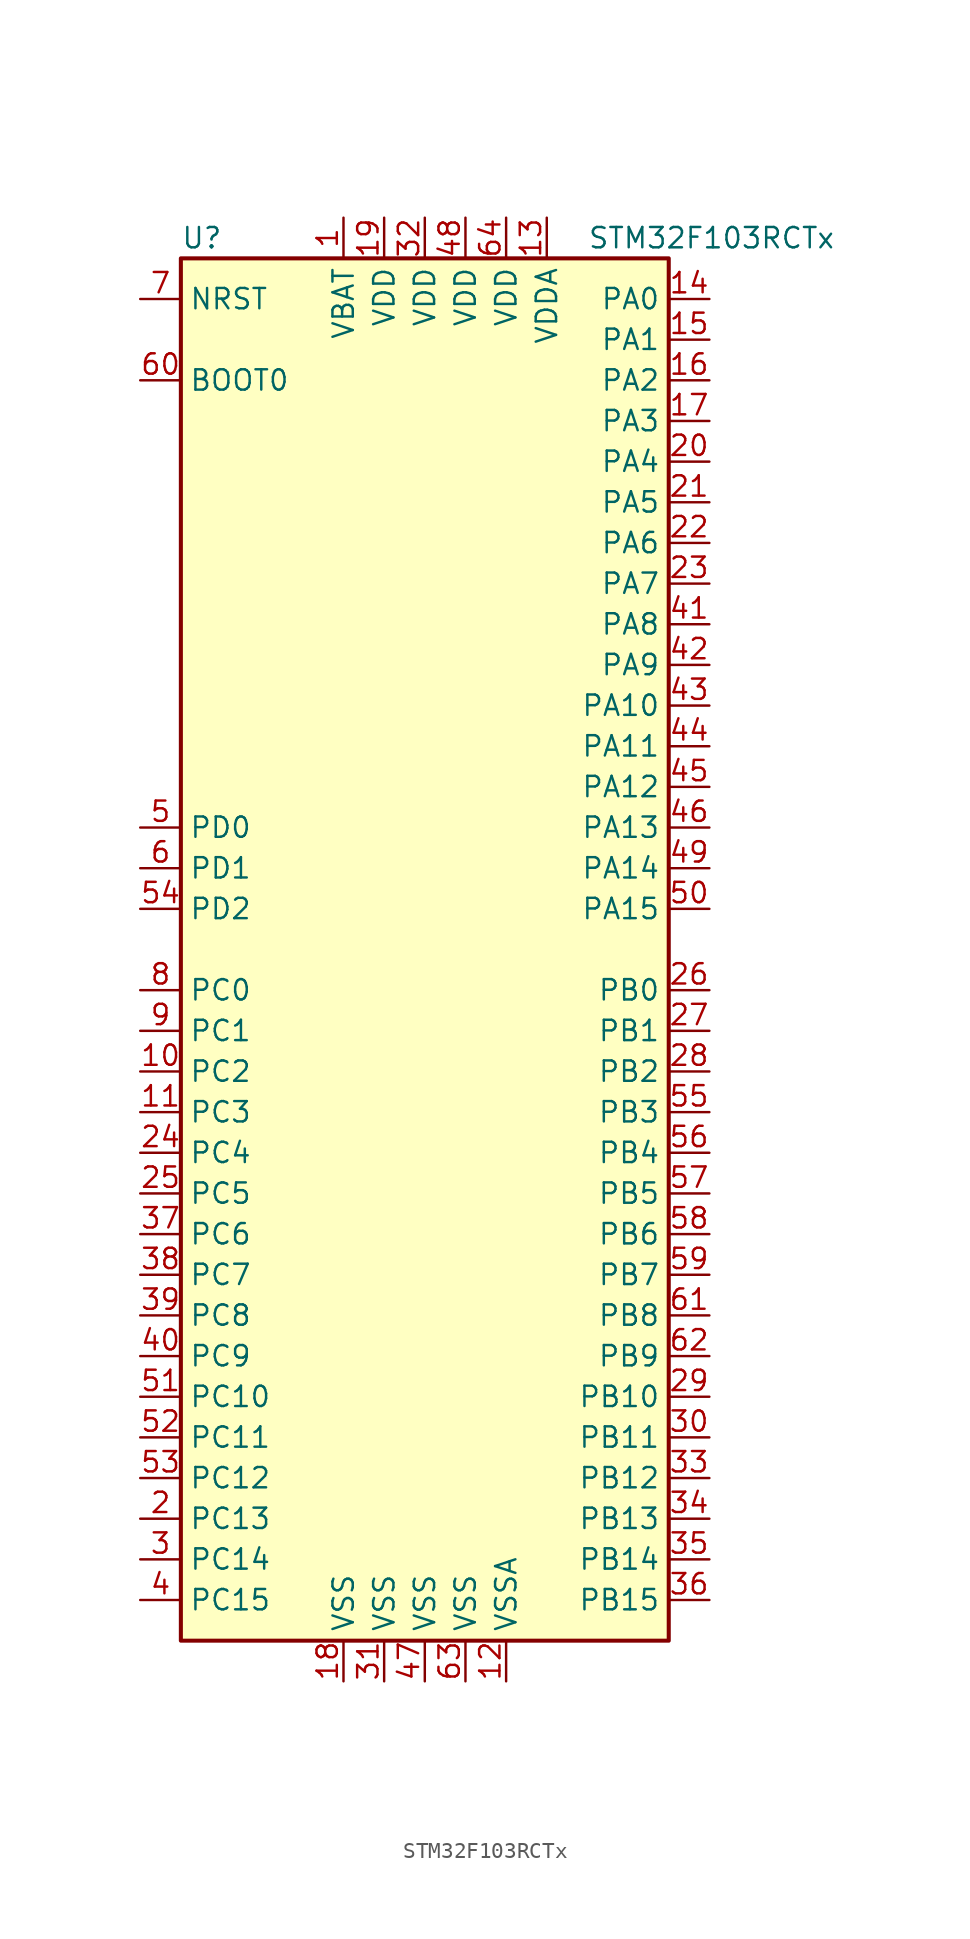
<source format=kicad_sym>
(kicad_symbol_lib
  (version 20211014)
  (generator kicad_symbol_editor)
  (symbol "STM32F103RCTx"
    (property "Reference" "U"
      (at -15.24 44.45 0)
      (effects (font (size 1.27 1.27)) (justify left)))
    (property "Value" "STM32F103RCTx"
      (at 10.16 44.45 0)
      (effects (font (size 1.27 1.27)) (justify left)))
    (symbol "STM32F103RCTx_0_1"
      (rectangle (start -15.24 -43.18) (end 15.24 43.18) (stroke (width 0.254) (type default) (color 0 0 0 0)) (fill (type background))))
    (symbol "STM32F103RCTx_1_1"
      (pin power_in line (at -5.08 45.72 270) (length 2.54) (name "VBAT" (effects (font (size 1.27 1.27)))) (number "1" (effects (font (size 1.27 1.27)))))
      (pin bidirectional line (at -17.78 -7.62 0) (length 2.54) (name "PC2" (effects (font (size 1.27 1.27)))) (number "10" (effects (font (size 1.27 1.27)))))
      (pin bidirectional line (at -17.78 -10.16 0) (length 2.54) (name "PC3" (effects (font (size 1.27 1.27)))) (number "11" (effects (font (size 1.27 1.27)))))
      (pin power_in line (at 5.08 -45.72 90) (length 2.54) (name "VSSA" (effects (font (size 1.27 1.27)))) (number "12" (effects (font (size 1.27 1.27)))))
      (pin power_in line (at 7.62 45.72 270) (length 2.54) (name "VDDA" (effects (font (size 1.27 1.27)))) (number "13" (effects (font (size 1.27 1.27)))))
      (pin bidirectional line (at 17.78 40.64 180) (length 2.54) (name "PA0" (effects (font (size 1.27 1.27)))) (number "14" (effects (font (size 1.27 1.27)))))
      (pin bidirectional line (at 17.78 38.1 180) (length 2.54) (name "PA1" (effects (font (size 1.27 1.27)))) (number "15" (effects (font (size 1.27 1.27)))))
      (pin bidirectional line (at 17.78 35.56 180) (length 2.54) (name "PA2" (effects (font (size 1.27 1.27)))) (number "16" (effects (font (size 1.27 1.27)))))
      (pin bidirectional line (at 17.78 33.02 180) (length 2.54) (name "PA3" (effects (font (size 1.27 1.27)))) (number "17" (effects (font (size 1.27 1.27)))))
      (pin power_in line (at -5.08 -45.72 90) (length 2.54) (name "VSS" (effects (font (size 1.27 1.27)))) (number "18" (effects (font (size 1.27 1.27)))))
      (pin power_in line (at -2.54 45.72 270) (length 2.54) (name "VDD" (effects (font (size 1.27 1.27)))) (number "19" (effects (font (size 1.27 1.27)))))
      (pin bidirectional line (at -17.78 -35.56 0) (length 2.54) (name "PC13" (effects (font (size 1.27 1.27)))) (number "2" (effects (font (size 1.27 1.27)))))
      (pin bidirectional line (at 17.78 30.48 180) (length 2.54) (name "PA4" (effects (font (size 1.27 1.27)))) (number "20" (effects (font (size 1.27 1.27)))))
      (pin bidirectional line (at 17.78 27.94 180) (length 2.54) (name "PA5" (effects (font (size 1.27 1.27)))) (number "21" (effects (font (size 1.27 1.27)))))
      (pin bidirectional line (at 17.78 25.4 180) (length 2.54) (name "PA6" (effects (font (size 1.27 1.27)))) (number "22" (effects (font (size 1.27 1.27)))))
      (pin bidirectional line (at 17.78 22.86 180) (length 2.54) (name "PA7" (effects (font (size 1.27 1.27)))) (number "23" (effects (font (size 1.27 1.27)))))
      (pin bidirectional line (at -17.78 -12.7 0) (length 2.54) (name "PC4" (effects (font (size 1.27 1.27)))) (number "24" (effects (font (size 1.27 1.27)))))
      (pin bidirectional line (at -17.78 -15.24 0) (length 2.54) (name "PC5" (effects (font (size 1.27 1.27)))) (number "25" (effects (font (size 1.27 1.27)))))
      (pin bidirectional line (at 17.78 -2.54 180) (length 2.54) (name "PB0" (effects (font (size 1.27 1.27)))) (number "26" (effects (font (size 1.27 1.27)))))
      (pin bidirectional line (at 17.78 -5.08 180) (length 2.54) (name "PB1" (effects (font (size 1.27 1.27)))) (number "27" (effects (font (size 1.27 1.27)))))
      (pin bidirectional line (at 17.78 -7.62 180) (length 2.54) (name "PB2" (effects (font (size 1.27 1.27)))) (number "28" (effects (font (size 1.27 1.27)))))
      (pin bidirectional line (at 17.78 -27.94 180) (length 2.54) (name "PB10" (effects (font (size 1.27 1.27)))) (number "29" (effects (font (size 1.27 1.27)))))
      (pin bidirectional line (at -17.78 -38.1 0) (length 2.54) (name "PC14" (effects (font (size 1.27 1.27)))) (number "3" (effects (font (size 1.27 1.27)))))
      (pin bidirectional line (at 17.78 -30.48 180) (length 2.54) (name "PB11" (effects (font (size 1.27 1.27)))) (number "30" (effects (font (size 1.27 1.27)))))
      (pin power_in line (at -2.54 -45.72 90) (length 2.54) (name "VSS" (effects (font (size 1.27 1.27)))) (number "31" (effects (font (size 1.27 1.27)))))
      (pin power_in line (at 0 45.72 270) (length 2.54) (name "VDD" (effects (font (size 1.27 1.27)))) (number "32" (effects (font (size 1.27 1.27)))))
      (pin bidirectional line (at 17.78 -33.02 180) (length 2.54) (name "PB12" (effects (font (size 1.27 1.27)))) (number "33" (effects (font (size 1.27 1.27)))))
      (pin bidirectional line (at 17.78 -35.56 180) (length 2.54) (name "PB13" (effects (font (size 1.27 1.27)))) (number "34" (effects (font (size 1.27 1.27)))))
      (pin bidirectional line (at 17.78 -38.1 180) (length 2.54) (name "PB14" (effects (font (size 1.27 1.27)))) (number "35" (effects (font (size 1.27 1.27)))))
      (pin bidirectional line (at 17.78 -40.64 180) (length 2.54) (name "PB15" (effects (font (size 1.27 1.27)))) (number "36" (effects (font (size 1.27 1.27)))))
      (pin bidirectional line (at -17.78 -17.78 0) (length 2.54) (name "PC6" (effects (font (size 1.27 1.27)))) (number "37" (effects (font (size 1.27 1.27)))))
      (pin bidirectional line (at -17.78 -20.32 0) (length 2.54) (name "PC7" (effects (font (size 1.27 1.27)))) (number "38" (effects (font (size 1.27 1.27)))))
      (pin bidirectional line (at -17.78 -22.86 0) (length 2.54) (name "PC8" (effects (font (size 1.27 1.27)))) (number "39" (effects (font (size 1.27 1.27)))))
      (pin bidirectional line (at -17.78 -40.64 0) (length 2.54) (name "PC15" (effects (font (size 1.27 1.27)))) (number "4" (effects (font (size 1.27 1.27)))))
      (pin bidirectional line (at -17.78 -25.4 0) (length 2.54) (name "PC9" (effects (font (size 1.27 1.27)))) (number "40" (effects (font (size 1.27 1.27)))))
      (pin bidirectional line (at 17.78 20.32 180) (length 2.54) (name "PA8" (effects (font (size 1.27 1.27)))) (number "41" (effects (font (size 1.27 1.27)))))
      (pin bidirectional line (at 17.78 17.78 180) (length 2.54) (name "PA9" (effects (font (size 1.27 1.27)))) (number "42" (effects (font (size 1.27 1.27)))))
      (pin bidirectional line (at 17.78 15.24 180) (length 2.54) (name "PA10" (effects (font (size 1.27 1.27)))) (number "43" (effects (font (size 1.27 1.27)))))
      (pin bidirectional line (at 17.78 12.7 180) (length 2.54) (name "PA11" (effects (font (size 1.27 1.27)))) (number "44" (effects (font (size 1.27 1.27)))))
      (pin bidirectional line (at 17.78 10.16 180) (length 2.54) (name "PA12" (effects (font (size 1.27 1.27)))) (number "45" (effects (font (size 1.27 1.27)))))
      (pin bidirectional line (at 17.78 7.62 180) (length 2.54) (name "PA13" (effects (font (size 1.27 1.27)))) (number "46" (effects (font (size 1.27 1.27)))))
      (pin power_in line (at 0 -45.72 90) (length 2.54) (name "VSS" (effects (font (size 1.27 1.27)))) (number "47" (effects (font (size 1.27 1.27)))))
      (pin power_in line (at 2.54 45.72 270) (length 2.54) (name "VDD" (effects (font (size 1.27 1.27)))) (number "48" (effects (font (size 1.27 1.27)))))
      (pin bidirectional line (at 17.78 5.08 180) (length 2.54) (name "PA14" (effects (font (size 1.27 1.27)))) (number "49" (effects (font (size 1.27 1.27)))))
      (pin input line (at -17.78 7.62 0) (length 2.54) (name "PD0" (effects (font (size 1.27 1.27)))) (number "5" (effects (font (size 1.27 1.27)))))
      (pin bidirectional line (at 17.78 2.54 180) (length 2.54) (name "PA15" (effects (font (size 1.27 1.27)))) (number "50" (effects (font (size 1.27 1.27)))))
      (pin bidirectional line (at -17.78 -27.94 0) (length 2.54) (name "PC10" (effects (font (size 1.27 1.27)))) (number "51" (effects (font (size 1.27 1.27)))))
      (pin bidirectional line (at -17.78 -30.48 0) (length 2.54) (name "PC11" (effects (font (size 1.27 1.27)))) (number "52" (effects (font (size 1.27 1.27)))))
      (pin bidirectional line (at -17.78 -33.02 0) (length 2.54) (name "PC12" (effects (font (size 1.27 1.27)))) (number "53" (effects (font (size 1.27 1.27)))))
      (pin bidirectional line (at -17.78 2.54 0) (length 2.54) (name "PD2" (effects (font (size 1.27 1.27)))) (number "54" (effects (font (size 1.27 1.27)))))
      (pin bidirectional line (at 17.78 -10.16 180) (length 2.54) (name "PB3" (effects (font (size 1.27 1.27)))) (number "55" (effects (font (size 1.27 1.27)))))
      (pin bidirectional line (at 17.78 -12.7 180) (length 2.54) (name "PB4" (effects (font (size 1.27 1.27)))) (number "56" (effects (font (size 1.27 1.27)))))
      (pin bidirectional line (at 17.78 -15.24 180) (length 2.54) (name "PB5" (effects (font (size 1.27 1.27)))) (number "57" (effects (font (size 1.27 1.27)))))
      (pin bidirectional line (at 17.78 -17.78 180) (length 2.54) (name "PB6" (effects (font (size 1.27 1.27)))) (number "58" (effects (font (size 1.27 1.27)))))
      (pin bidirectional line (at 17.78 -20.32 180) (length 2.54) (name "PB7" (effects (font (size 1.27 1.27)))) (number "59" (effects (font (size 1.27 1.27)))))
      (pin input line (at -17.78 5.08 0) (length 2.54) (name "PD1" (effects (font (size 1.27 1.27)))) (number "6" (effects (font (size 1.27 1.27)))))
      (pin input line (at -17.78 35.56 0) (length 2.54) (name "BOOT0" (effects (font (size 1.27 1.27)))) (number "60" (effects (font (size 1.27 1.27)))))
      (pin bidirectional line (at 17.78 -22.86 180) (length 2.54) (name "PB8" (effects (font (size 1.27 1.27)))) (number "61" (effects (font (size 1.27 1.27)))))
      (pin bidirectional line (at 17.78 -25.4 180) (length 2.54) (name "PB9" (effects (font (size 1.27 1.27)))) (number "62" (effects (font (size 1.27 1.27)))))
      (pin power_in line (at 2.54 -45.72 90) (length 2.54) (name "VSS" (effects (font (size 1.27 1.27)))) (number "63" (effects (font (size 1.27 1.27)))))
      (pin power_in line (at 5.08 45.72 270) (length 2.54) (name "VDD" (effects (font (size 1.27 1.27)))) (number "64" (effects (font (size 1.27 1.27)))))
      (pin input line (at -17.78 40.64 0) (length 2.54) (name "NRST" (effects (font (size 1.27 1.27)))) (number "7" (effects (font (size 1.27 1.27)))))
      (pin bidirectional line (at -17.78 -2.54 0) (length 2.54) (name "PC0" (effects (font (size 1.27 1.27)))) (number "8" (effects (font (size 1.27 1.27)))))
      (pin bidirectional line (at -17.78 -5.08 0) (length 2.54) (name "PC1" (effects (font (size 1.27 1.27)))) (number "9" (effects (font (size 1.27 1.27))))))))
</source>
